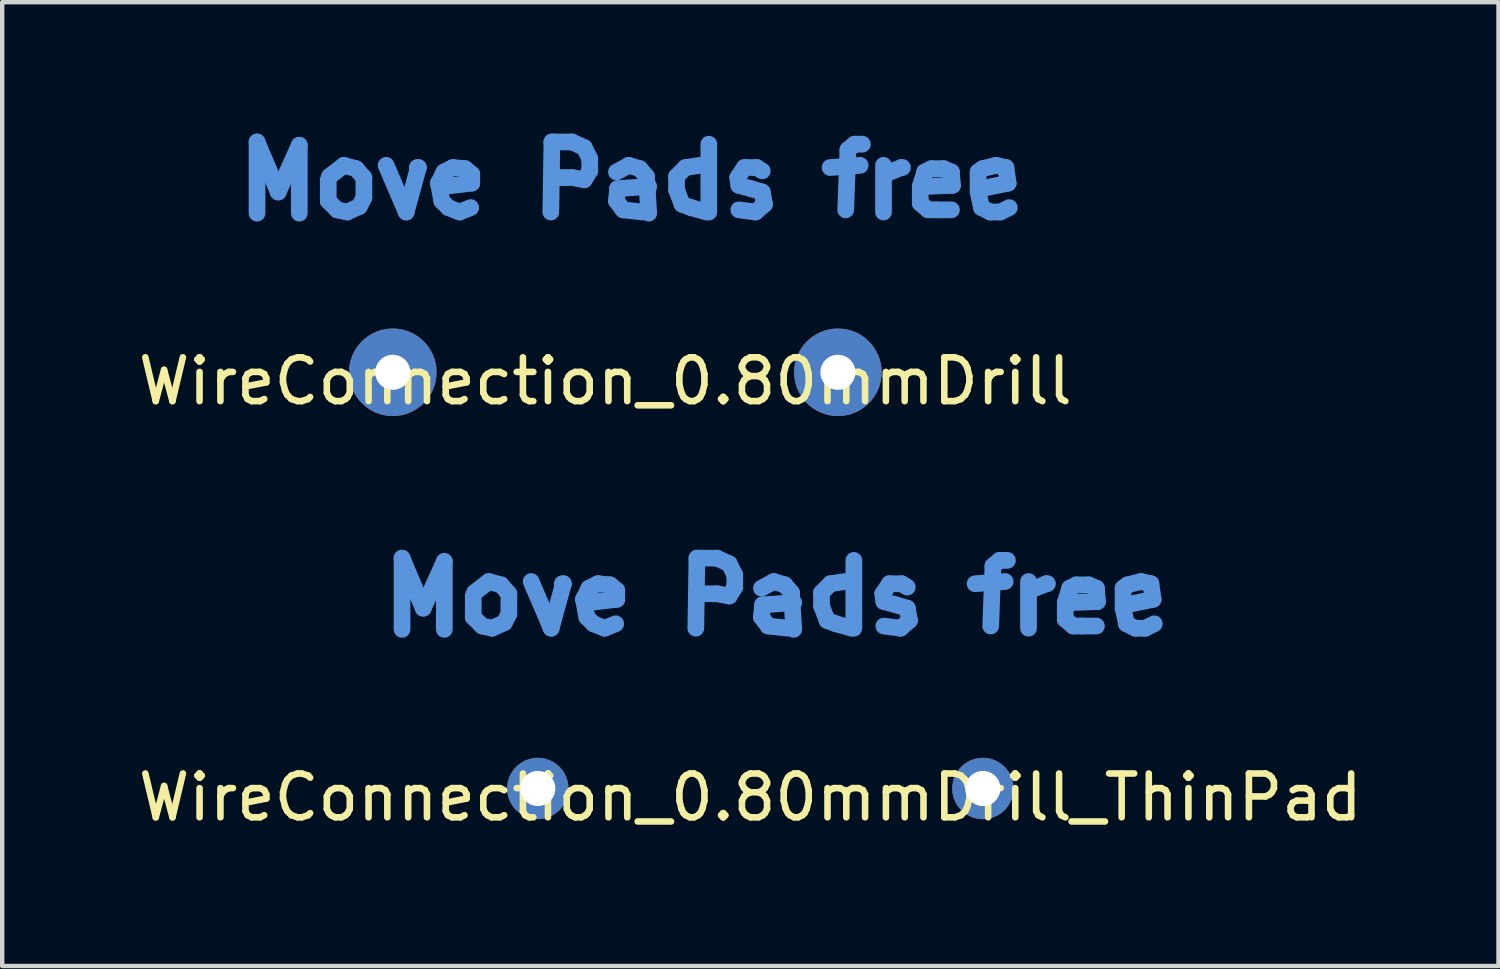
<source format=kicad_pcb>
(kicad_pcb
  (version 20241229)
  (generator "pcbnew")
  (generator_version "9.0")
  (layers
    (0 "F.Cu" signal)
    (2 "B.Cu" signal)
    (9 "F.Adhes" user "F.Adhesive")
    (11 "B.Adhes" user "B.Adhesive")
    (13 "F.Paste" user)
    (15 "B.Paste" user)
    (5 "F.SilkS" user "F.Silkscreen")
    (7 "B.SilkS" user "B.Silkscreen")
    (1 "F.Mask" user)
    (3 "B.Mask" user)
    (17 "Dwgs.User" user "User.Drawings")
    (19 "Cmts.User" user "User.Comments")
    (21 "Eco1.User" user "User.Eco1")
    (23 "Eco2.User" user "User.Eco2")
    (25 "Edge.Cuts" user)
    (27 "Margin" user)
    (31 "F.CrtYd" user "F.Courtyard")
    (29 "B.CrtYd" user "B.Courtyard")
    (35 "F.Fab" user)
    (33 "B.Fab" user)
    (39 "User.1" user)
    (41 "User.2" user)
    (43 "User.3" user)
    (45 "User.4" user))
  (footprint "WireConnection_0.80mmDrill_ThinPad"
    (layer "F.Cu")
    (at 9.226 14.948)
    (property "Reference" "WireConnection_0.80mmDrill_ThinPad" (at 4.851 0.203 0) (layer "F.SilkS") (effects (font (size 1 1) (thickness 0.15))))
    (attr through_hole)
    (fp_line (start -3.099 -5.258) (end -2.616 -4.115) (stroke (width 0.381) (type solid)) (layer "Cmts.User"))
    (fp_line (start -3.099 -3.632) (end -3.099 -5.258) (stroke (width 0.381) (type solid)) (layer "Cmts.User"))
    (fp_line (start -2.616 -4.115) (end -2.134 -5.182) (stroke (width 0.381) (type solid)) (layer "Cmts.User"))
    (fp_line (start -2.134 -5.182) (end -2.134 -3.632) (stroke (width 0.381) (type solid)) (layer "Cmts.User"))
    (fp_line (start -1.473 -4.394) (end -1.473 -3.912) (stroke (width 0.381) (type solid)) (layer "Cmts.User"))
    (fp_line (start -1.473 -3.912) (end -1.27 -3.708) (stroke (width 0.381) (type solid)) (layer "Cmts.User"))
    (fp_line (start -1.27 -3.708) (end -1.041 -3.658) (stroke (width 0.381) (type solid)) (layer "Cmts.User"))
    (fp_line (start -1.118 -4.724) (end -1.448 -4.47) (stroke (width 0.381) (type solid)) (layer "Cmts.User"))
    (fp_line (start -1.041 -3.658) (end -0.762 -3.785) (stroke (width 0.381) (type solid)) (layer "Cmts.User"))
    (fp_line (start -0.838 -4.648) (end -1.118 -4.724) (stroke (width 0.381) (type solid)) (layer "Cmts.User"))
    (fp_line (start -0.762 -3.785) (end -0.66 -3.988) (stroke (width 0.381) (type solid)) (layer "Cmts.User"))
    (fp_line (start -0.66 -4.445) (end -0.838 -4.648) (stroke (width 0.381) (type solid)) (layer "Cmts.User"))
    (fp_line (start -0.66 -3.988) (end -0.66 -4.445) (stroke (width 0.381) (type solid)) (layer "Cmts.User"))
    (fp_line (start -0.152 -4.724) (end 0.305 -3.658) (stroke (width 0.381) (type solid)) (layer "Cmts.User"))
    (fp_line (start 0.305 -3.658) (end 0.584 -4.674) (stroke (width 0.381) (type solid)) (layer "Cmts.User"))
    (fp_line (start 0.584 -4.674) (end 0.559 -4.674) (stroke (width 0.381) (type solid)) (layer "Cmts.User"))
    (fp_line (start 1.041 -4.318) (end 1.168 -4.572) (stroke (width 0.381) (type solid)) (layer "Cmts.User"))
    (fp_line (start 1.118 -3.912) (end 1.041 -4.318) (stroke (width 0.381) (type solid)) (layer "Cmts.User"))
    (fp_line (start 1.168 -4.572) (end 1.372 -4.674) (stroke (width 0.381) (type solid)) (layer "Cmts.User"))
    (fp_line (start 1.27 -3.759) (end 1.118 -3.912) (stroke (width 0.381) (type solid)) (layer "Cmts.User"))
    (fp_line (start 1.372 -4.674) (end 1.651 -4.648) (stroke (width 0.381) (type solid)) (layer "Cmts.User"))
    (fp_line (start 1.524 -3.658) (end 1.27 -3.759) (stroke (width 0.381) (type solid)) (layer "Cmts.User"))
    (fp_line (start 1.651 -4.648) (end 1.803 -4.521) (stroke (width 0.381) (type solid)) (layer "Cmts.User"))
    (fp_line (start 1.778 -3.759) (end 1.524 -3.658) (stroke (width 0.381) (type solid)) (layer "Cmts.User"))
    (fp_line (start 1.803 -4.521) (end 1.803 -4.318) (stroke (width 0.381) (type solid)) (layer "Cmts.User"))
    (fp_line (start 1.803 -4.318) (end 1.168 -4.242) (stroke (width 0.381) (type solid)) (layer "Cmts.User"))
    (fp_line (start 3.607 -3.658) (end 3.632 -5.258) (stroke (width 0.381) (type solid)) (layer "Cmts.User"))
    (fp_line (start 3.632 -5.258) (end 4.089 -5.258) (stroke (width 0.381) (type solid)) (layer "Cmts.User"))
    (fp_line (start 4.089 -5.258) (end 4.369 -5.131) (stroke (width 0.381) (type solid)) (layer "Cmts.User"))
    (fp_line (start 4.089 -4.445) (end 3.632 -4.445) (stroke (width 0.381) (type solid)) (layer "Cmts.User"))
    (fp_line (start 4.369 -5.131) (end 4.496 -4.877) (stroke (width 0.381) (type solid)) (layer "Cmts.User"))
    (fp_line (start 4.369 -4.394) (end 4.089 -4.445) (stroke (width 0.381) (type solid)) (layer "Cmts.User"))
    (fp_line (start 4.496 -4.877) (end 4.496 -4.597) (stroke (width 0.381) (type solid)) (layer "Cmts.User"))
    (fp_line (start 4.496 -4.597) (end 4.369 -4.394) (stroke (width 0.381) (type solid)) (layer "Cmts.User"))
    (fp_line (start 5.105 -4.572) (end 5.385 -4.724) (stroke (width 0.381) (type solid)) (layer "Cmts.User"))
    (fp_line (start 5.105 -3.912) (end 5.131 -4.191) (stroke (width 0.381) (type solid)) (layer "Cmts.User"))
    (fp_line (start 5.131 -4.191) (end 5.842 -4.242) (stroke (width 0.381) (type solid)) (layer "Cmts.User"))
    (fp_line (start 5.258 -3.708) (end 5.105 -3.912) (stroke (width 0.381) (type solid)) (layer "Cmts.User"))
    (fp_line (start 5.385 -4.724) (end 5.639 -4.648) (stroke (width 0.381) (type solid)) (layer "Cmts.User"))
    (fp_line (start 5.639 -4.648) (end 5.791 -4.47) (stroke (width 0.381) (type solid)) (layer "Cmts.User"))
    (fp_line (start 5.715 -3.658) (end 5.258 -3.708) (stroke (width 0.381) (type solid)) (layer "Cmts.User"))
    (fp_line (start 5.791 -4.47) (end 5.842 -3.632) (stroke (width 0.381) (type solid)) (layer "Cmts.User"))
    (fp_line (start 6.477 -4.47) (end 6.68 -4.674) (stroke (width 0.381) (type solid)) (layer "Cmts.User"))
    (fp_line (start 6.477 -4.166) (end 6.477 -4.47) (stroke (width 0.381) (type solid)) (layer "Cmts.User"))
    (fp_line (start 6.604 -3.835) (end 6.477 -4.166) (stroke (width 0.381) (type solid)) (layer "Cmts.User"))
    (fp_line (start 6.68 -4.674) (end 7.01 -4.724) (stroke (width 0.381) (type solid)) (layer "Cmts.User"))
    (fp_line (start 6.807 -3.759) (end 6.604 -3.835) (stroke (width 0.381) (type solid)) (layer "Cmts.User"))
    (fp_line (start 7.163 -3.658) (end 6.807 -3.759) (stroke (width 0.381) (type solid)) (layer "Cmts.User"))
    (fp_line (start 7.214 -5.207) (end 7.214 -3.658) (stroke (width 0.381) (type solid)) (layer "Cmts.User"))
    (fp_line (start 7.874 -4.445) (end 7.899 -4.267) (stroke (width 0.381) (type solid)) (layer "Cmts.User"))
    (fp_line (start 7.899 -4.267) (end 8.179 -4.191) (stroke (width 0.381) (type solid)) (layer "Cmts.User"))
    (fp_line (start 8.026 -4.674) (end 7.874 -4.445) (stroke (width 0.381) (type solid)) (layer "Cmts.User"))
    (fp_line (start 8.179 -4.191) (end 8.433 -4.115) (stroke (width 0.381) (type solid)) (layer "Cmts.User"))
    (fp_line (start 8.28 -3.658) (end 7.899 -3.708) (stroke (width 0.381) (type solid)) (layer "Cmts.User"))
    (fp_line (start 8.306 -4.674) (end 8.026 -4.674) (stroke (width 0.381) (type solid)) (layer "Cmts.User"))
    (fp_line (start 8.433 -4.597) (end 8.306 -4.674) (stroke (width 0.381) (type solid)) (layer "Cmts.User"))
    (fp_line (start 8.433 -4.115) (end 8.484 -3.835) (stroke (width 0.381) (type solid)) (layer "Cmts.User"))
    (fp_line (start 8.484 -3.835) (end 8.28 -3.658) (stroke (width 0.381) (type solid)) (layer "Cmts.User"))
    (fp_line (start 9.982 -4.674) (end 10.668 -4.724) (stroke (width 0.381) (type solid)) (layer "Cmts.User"))
    (fp_line (start 10.389 -5.08) (end 10.338 -3.708) (stroke (width 0.381) (type solid)) (layer "Cmts.User"))
    (fp_line (start 10.541 -5.207) (end 10.389 -5.08) (stroke (width 0.381) (type solid)) (layer "Cmts.User"))
    (fp_line (start 10.719 -5.207) (end 10.541 -5.207) (stroke (width 0.381) (type solid)) (layer "Cmts.User"))
    (fp_line (start 11.201 -4.724) (end 11.201 -3.658) (stroke (width 0.381) (type solid)) (layer "Cmts.User"))
    (fp_line (start 11.227 -4.521) (end 11.608 -4.674) (stroke (width 0.381) (type solid)) (layer "Cmts.User"))
    (fp_line (start 11.608 -4.674) (end 11.633 -4.674) (stroke (width 0.381) (type solid)) (layer "Cmts.User"))
    (fp_line (start 12.04 -4.242) (end 12.141 -4.572) (stroke (width 0.381) (type solid)) (layer "Cmts.User"))
    (fp_line (start 12.04 -3.861) (end 12.04 -4.242) (stroke (width 0.381) (type solid)) (layer "Cmts.User"))
    (fp_line (start 12.141 -4.572) (end 12.294 -4.648) (stroke (width 0.381) (type solid)) (layer "Cmts.User"))
    (fp_line (start 12.217 -3.708) (end 12.04 -3.861) (stroke (width 0.381) (type solid)) (layer "Cmts.User"))
    (fp_line (start 12.294 -4.648) (end 12.573 -4.648) (stroke (width 0.381) (type solid)) (layer "Cmts.User"))
    (fp_line (start 12.421 -3.708) (end 12.217 -3.708) (stroke (width 0.381) (type solid)) (layer "Cmts.User"))
    (fp_line (start 12.573 -4.648) (end 12.751 -4.572) (stroke (width 0.381) (type solid)) (layer "Cmts.User"))
    (fp_line (start 12.751 -4.572) (end 12.776 -4.267) (stroke (width 0.381) (type solid)) (layer "Cmts.User"))
    (fp_line (start 12.751 -3.708) (end 12.421 -3.708) (stroke (width 0.381) (type solid)) (layer "Cmts.User"))
    (fp_line (start 12.776 -4.267) (end 12.141 -4.242) (stroke (width 0.381) (type solid)) (layer "Cmts.User"))
    (fp_line (start 13.36 -4.572) (end 13.462 -4.648) (stroke (width 0.381) (type solid)) (layer "Cmts.User"))
    (fp_line (start 13.36 -4.115) (end 13.36 -4.572) (stroke (width 0.381) (type solid)) (layer "Cmts.User"))
    (fp_line (start 13.437 -4.191) (end 13.437 -4.242) (stroke (width 0.381) (type solid)) (layer "Cmts.User"))
    (fp_line (start 13.437 -3.759) (end 13.36 -4.115) (stroke (width 0.381) (type solid)) (layer "Cmts.User"))
    (fp_line (start 13.462 -4.648) (end 13.767 -4.724) (stroke (width 0.381) (type solid)) (layer "Cmts.User"))
    (fp_line (start 13.64 -3.658) (end 13.437 -3.759) (stroke (width 0.381) (type solid)) (layer "Cmts.User"))
    (fp_line (start 13.767 -4.724) (end 13.995 -4.674) (stroke (width 0.381) (type solid)) (layer "Cmts.User"))
    (fp_line (start 13.868 -3.658) (end 13.64 -3.658) (stroke (width 0.381) (type solid)) (layer "Cmts.User"))
    (fp_line (start 13.995 -4.674) (end 14.046 -4.318) (stroke (width 0.381) (type solid)) (layer "Cmts.User"))
    (fp_line (start 14.046 -4.318) (end 13.437 -4.191) (stroke (width 0.381) (type solid)) (layer "Cmts.User"))
    (fp_line (start 14.072 -3.759) (end 13.868 -3.658) (stroke (width 0.381) (type solid)) (layer "Cmts.User"))
    (pad "1" thru_hole circle (at 0 0) (size 1.4 1.4) (drill 0.8) (layers "*.Cu" "*.Mask"))
    (pad "2" thru_hole circle (at 10.16 0) (size 1.4 1.4) (drill 0.8) (layers "*.Cu" "*.Mask")))
  (footprint "WireConnection_0.80mmDrill"
    (layer "F.Cu")
    (at 5.916 5.448)
    (property "Reference" "WireConnection_0.80mmDrill" (at 4.851 0.203 0) (layer "F.SilkS") (effects (font (size 1 1) (thickness 0.15))))
    (attr through_hole)
    (fp_line (start -3.099 -5.258) (end -2.616 -4.115) (stroke (width 0.381) (type solid)) (layer "Cmts.User"))
    (fp_line (start -3.099 -3.632) (end -3.099 -5.258) (stroke (width 0.381) (type solid)) (layer "Cmts.User"))
    (fp_line (start -2.616 -4.115) (end -2.134 -5.182) (stroke (width 0.381) (type solid)) (layer "Cmts.User"))
    (fp_line (start -2.134 -5.182) (end -2.134 -3.632) (stroke (width 0.381) (type solid)) (layer "Cmts.User"))
    (fp_line (start -1.473 -4.394) (end -1.473 -3.912) (stroke (width 0.381) (type solid)) (layer "Cmts.User"))
    (fp_line (start -1.473 -3.912) (end -1.27 -3.708) (stroke (width 0.381) (type solid)) (layer "Cmts.User"))
    (fp_line (start -1.27 -3.708) (end -1.041 -3.658) (stroke (width 0.381) (type solid)) (layer "Cmts.User"))
    (fp_line (start -1.118 -4.724) (end -1.448 -4.47) (stroke (width 0.381) (type solid)) (layer "Cmts.User"))
    (fp_line (start -1.041 -3.658) (end -0.762 -3.785) (stroke (width 0.381) (type solid)) (layer "Cmts.User"))
    (fp_line (start -0.838 -4.648) (end -1.118 -4.724) (stroke (width 0.381) (type solid)) (layer "Cmts.User"))
    (fp_line (start -0.762 -3.785) (end -0.66 -3.988) (stroke (width 0.381) (type solid)) (layer "Cmts.User"))
    (fp_line (start -0.66 -4.445) (end -0.838 -4.648) (stroke (width 0.381) (type solid)) (layer "Cmts.User"))
    (fp_line (start -0.66 -3.988) (end -0.66 -4.445) (stroke (width 0.381) (type solid)) (layer "Cmts.User"))
    (fp_line (start -0.152 -4.724) (end 0.305 -3.658) (stroke (width 0.381) (type solid)) (layer "Cmts.User"))
    (fp_line (start 0.305 -3.658) (end 0.584 -4.674) (stroke (width 0.381) (type solid)) (layer "Cmts.User"))
    (fp_line (start 0.584 -4.674) (end 0.559 -4.674) (stroke (width 0.381) (type solid)) (layer "Cmts.User"))
    (fp_line (start 1.041 -4.318) (end 1.168 -4.572) (stroke (width 0.381) (type solid)) (layer "Cmts.User"))
    (fp_line (start 1.118 -3.912) (end 1.041 -4.318) (stroke (width 0.381) (type solid)) (layer "Cmts.User"))
    (fp_line (start 1.168 -4.572) (end 1.372 -4.674) (stroke (width 0.381) (type solid)) (layer "Cmts.User"))
    (fp_line (start 1.27 -3.759) (end 1.118 -3.912) (stroke (width 0.381) (type solid)) (layer "Cmts.User"))
    (fp_line (start 1.372 -4.674) (end 1.651 -4.648) (stroke (width 0.381) (type solid)) (layer "Cmts.User"))
    (fp_line (start 1.524 -3.658) (end 1.27 -3.759) (stroke (width 0.381) (type solid)) (layer "Cmts.User"))
    (fp_line (start 1.651 -4.648) (end 1.803 -4.521) (stroke (width 0.381) (type solid)) (layer "Cmts.User"))
    (fp_line (start 1.778 -3.759) (end 1.524 -3.658) (stroke (width 0.381) (type solid)) (layer "Cmts.User"))
    (fp_line (start 1.803 -4.521) (end 1.803 -4.318) (stroke (width 0.381) (type solid)) (layer "Cmts.User"))
    (fp_line (start 1.803 -4.318) (end 1.168 -4.242) (stroke (width 0.381) (type solid)) (layer "Cmts.User"))
    (fp_line (start 3.607 -3.658) (end 3.632 -5.258) (stroke (width 0.381) (type solid)) (layer "Cmts.User"))
    (fp_line (start 3.632 -5.258) (end 4.089 -5.258) (stroke (width 0.381) (type solid)) (layer "Cmts.User"))
    (fp_line (start 4.089 -5.258) (end 4.369 -5.131) (stroke (width 0.381) (type solid)) (layer "Cmts.User"))
    (fp_line (start 4.089 -4.445) (end 3.632 -4.445) (stroke (width 0.381) (type solid)) (layer "Cmts.User"))
    (fp_line (start 4.369 -5.131) (end 4.496 -4.877) (stroke (width 0.381) (type solid)) (layer "Cmts.User"))
    (fp_line (start 4.369 -4.394) (end 4.089 -4.445) (stroke (width 0.381) (type solid)) (layer "Cmts.User"))
    (fp_line (start 4.496 -4.877) (end 4.496 -4.597) (stroke (width 0.381) (type solid)) (layer "Cmts.User"))
    (fp_line (start 4.496 -4.597) (end 4.369 -4.394) (stroke (width 0.381) (type solid)) (layer "Cmts.User"))
    (fp_line (start 5.105 -4.572) (end 5.385 -4.724) (stroke (width 0.381) (type solid)) (layer "Cmts.User"))
    (fp_line (start 5.105 -3.912) (end 5.131 -4.191) (stroke (width 0.381) (type solid)) (layer "Cmts.User"))
    (fp_line (start 5.131 -4.191) (end 5.842 -4.242) (stroke (width 0.381) (type solid)) (layer "Cmts.User"))
    (fp_line (start 5.258 -3.708) (end 5.105 -3.912) (stroke (width 0.381) (type solid)) (layer "Cmts.User"))
    (fp_line (start 5.385 -4.724) (end 5.639 -4.648) (stroke (width 0.381) (type solid)) (layer "Cmts.User"))
    (fp_line (start 5.639 -4.648) (end 5.791 -4.47) (stroke (width 0.381) (type solid)) (layer "Cmts.User"))
    (fp_line (start 5.715 -3.658) (end 5.258 -3.708) (stroke (width 0.381) (type solid)) (layer "Cmts.User"))
    (fp_line (start 5.791 -4.47) (end 5.842 -3.632) (stroke (width 0.381) (type solid)) (layer "Cmts.User"))
    (fp_line (start 6.477 -4.47) (end 6.68 -4.674) (stroke (width 0.381) (type solid)) (layer "Cmts.User"))
    (fp_line (start 6.477 -4.166) (end 6.477 -4.47) (stroke (width 0.381) (type solid)) (layer "Cmts.User"))
    (fp_line (start 6.604 -3.835) (end 6.477 -4.166) (stroke (width 0.381) (type solid)) (layer "Cmts.User"))
    (fp_line (start 6.68 -4.674) (end 7.01 -4.724) (stroke (width 0.381) (type solid)) (layer "Cmts.User"))
    (fp_line (start 6.807 -3.759) (end 6.604 -3.835) (stroke (width 0.381) (type solid)) (layer "Cmts.User"))
    (fp_line (start 7.163 -3.658) (end 6.807 -3.759) (stroke (width 0.381) (type solid)) (layer "Cmts.User"))
    (fp_line (start 7.214 -5.207) (end 7.214 -3.658) (stroke (width 0.381) (type solid)) (layer "Cmts.User"))
    (fp_line (start 7.874 -4.445) (end 7.899 -4.267) (stroke (width 0.381) (type solid)) (layer "Cmts.User"))
    (fp_line (start 7.899 -4.267) (end 8.179 -4.191) (stroke (width 0.381) (type solid)) (layer "Cmts.User"))
    (fp_line (start 8.026 -4.674) (end 7.874 -4.445) (stroke (width 0.381) (type solid)) (layer "Cmts.User"))
    (fp_line (start 8.179 -4.191) (end 8.433 -4.115) (stroke (width 0.381) (type solid)) (layer "Cmts.User"))
    (fp_line (start 8.28 -3.658) (end 7.899 -3.708) (stroke (width 0.381) (type solid)) (layer "Cmts.User"))
    (fp_line (start 8.306 -4.674) (end 8.026 -4.674) (stroke (width 0.381) (type solid)) (layer "Cmts.User"))
    (fp_line (start 8.433 -4.597) (end 8.306 -4.674) (stroke (width 0.381) (type solid)) (layer "Cmts.User"))
    (fp_line (start 8.433 -4.115) (end 8.484 -3.835) (stroke (width 0.381) (type solid)) (layer "Cmts.User"))
    (fp_line (start 8.484 -3.835) (end 8.28 -3.658) (stroke (width 0.381) (type solid)) (layer "Cmts.User"))
    (fp_line (start 9.982 -4.674) (end 10.668 -4.724) (stroke (width 0.381) (type solid)) (layer "Cmts.User"))
    (fp_line (start 10.389 -5.08) (end 10.338 -3.708) (stroke (width 0.381) (type solid)) (layer "Cmts.User"))
    (fp_line (start 10.541 -5.207) (end 10.389 -5.08) (stroke (width 0.381) (type solid)) (layer "Cmts.User"))
    (fp_line (start 10.719 -5.207) (end 10.541 -5.207) (stroke (width 0.381) (type solid)) (layer "Cmts.User"))
    (fp_line (start 11.201 -4.724) (end 11.201 -3.658) (stroke (width 0.381) (type solid)) (layer "Cmts.User"))
    (fp_line (start 11.227 -4.521) (end 11.608 -4.674) (stroke (width 0.381) (type solid)) (layer "Cmts.User"))
    (fp_line (start 11.608 -4.674) (end 11.633 -4.674) (stroke (width 0.381) (type solid)) (layer "Cmts.User"))
    (fp_line (start 12.04 -4.242) (end 12.141 -4.572) (stroke (width 0.381) (type solid)) (layer "Cmts.User"))
    (fp_line (start 12.04 -3.861) (end 12.04 -4.242) (stroke (width 0.381) (type solid)) (layer "Cmts.User"))
    (fp_line (start 12.141 -4.572) (end 12.294 -4.648) (stroke (width 0.381) (type solid)) (layer "Cmts.User"))
    (fp_line (start 12.217 -3.708) (end 12.04 -3.861) (stroke (width 0.381) (type solid)) (layer "Cmts.User"))
    (fp_line (start 12.294 -4.648) (end 12.573 -4.648) (stroke (width 0.381) (type solid)) (layer "Cmts.User"))
    (fp_line (start 12.421 -3.708) (end 12.217 -3.708) (stroke (width 0.381) (type solid)) (layer "Cmts.User"))
    (fp_line (start 12.573 -4.648) (end 12.751 -4.572) (stroke (width 0.381) (type solid)) (layer "Cmts.User"))
    (fp_line (start 12.751 -4.572) (end 12.776 -4.267) (stroke (width 0.381) (type solid)) (layer "Cmts.User"))
    (fp_line (start 12.751 -3.708) (end 12.421 -3.708) (stroke (width 0.381) (type solid)) (layer "Cmts.User"))
    (fp_line (start 12.776 -4.267) (end 12.141 -4.242) (stroke (width 0.381) (type solid)) (layer "Cmts.User"))
    (fp_line (start 13.36 -4.572) (end 13.462 -4.648) (stroke (width 0.381) (type solid)) (layer "Cmts.User"))
    (fp_line (start 13.36 -4.115) (end 13.36 -4.572) (stroke (width 0.381) (type solid)) (layer "Cmts.User"))
    (fp_line (start 13.437 -4.191) (end 13.437 -4.242) (stroke (width 0.381) (type solid)) (layer "Cmts.User"))
    (fp_line (start 13.437 -3.759) (end 13.36 -4.115) (stroke (width 0.381) (type solid)) (layer "Cmts.User"))
    (fp_line (start 13.462 -4.648) (end 13.767 -4.724) (stroke (width 0.381) (type solid)) (layer "Cmts.User"))
    (fp_line (start 13.64 -3.658) (end 13.437 -3.759) (stroke (width 0.381) (type solid)) (layer "Cmts.User"))
    (fp_line (start 13.767 -4.724) (end 13.995 -4.674) (stroke (width 0.381) (type solid)) (layer "Cmts.User"))
    (fp_line (start 13.868 -3.658) (end 13.64 -3.658) (stroke (width 0.381) (type solid)) (layer "Cmts.User"))
    (fp_line (start 13.995 -4.674) (end 14.046 -4.318) (stroke (width 0.381) (type solid)) (layer "Cmts.User"))
    (fp_line (start 14.046 -4.318) (end 13.437 -4.191) (stroke (width 0.381) (type solid)) (layer "Cmts.User"))
    (fp_line (start 14.072 -3.759) (end 13.868 -3.658) (stroke (width 0.381) (type solid)) (layer "Cmts.User"))
    (pad "1" thru_hole circle (at 0 0) (size 1.999 1.999) (drill 0.8) (layers "*.Cu" "*.Mask"))
    (pad "2" thru_hole circle (at 10.16 0) (size 1.999 1.999) (drill 0.8) (layers "*.Cu" "*.Mask")))
  (gr_rect
    (start -3 -3)
    (end 31.155 19)
    (stroke (width 0.1) (type default))
    (fill no)
    (layer "Edge.Cuts")))
</source>
